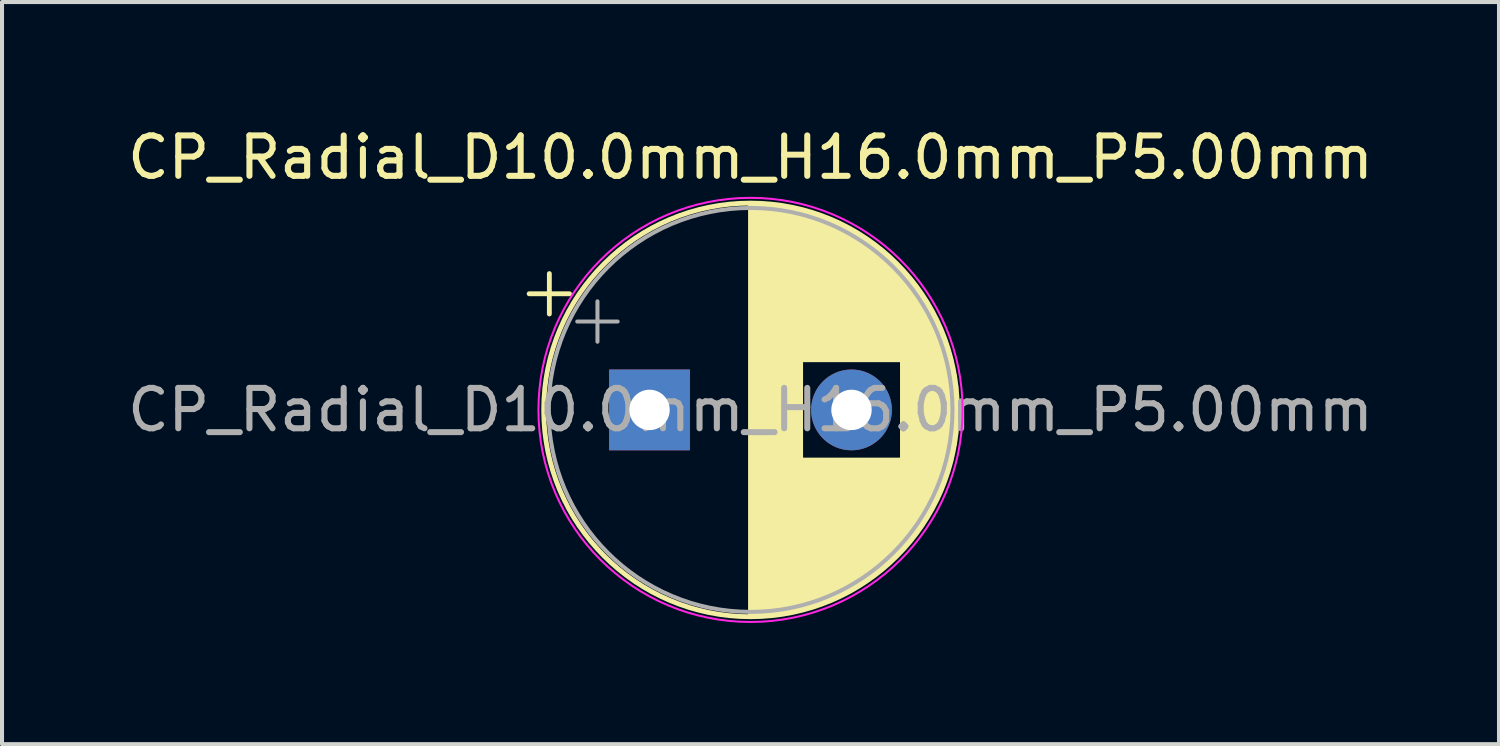
<source format=kicad_pcb>
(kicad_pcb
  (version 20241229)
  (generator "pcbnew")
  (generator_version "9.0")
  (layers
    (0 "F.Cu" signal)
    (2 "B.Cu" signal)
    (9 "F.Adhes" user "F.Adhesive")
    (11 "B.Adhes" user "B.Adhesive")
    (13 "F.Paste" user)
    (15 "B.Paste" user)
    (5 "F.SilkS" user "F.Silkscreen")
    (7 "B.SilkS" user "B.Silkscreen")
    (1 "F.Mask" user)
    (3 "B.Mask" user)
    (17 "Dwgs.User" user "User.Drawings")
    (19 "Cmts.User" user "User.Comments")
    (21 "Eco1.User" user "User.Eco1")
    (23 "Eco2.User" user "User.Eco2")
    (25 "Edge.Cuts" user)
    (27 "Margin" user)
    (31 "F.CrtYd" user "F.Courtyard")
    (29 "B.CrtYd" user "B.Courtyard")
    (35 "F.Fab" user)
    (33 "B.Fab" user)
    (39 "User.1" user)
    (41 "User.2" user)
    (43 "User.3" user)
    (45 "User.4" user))
  (footprint "CP_Radial_D10.0mm_H16.0mm_P5.00mm"
    (layer "F.Cu")
    (at 13.03 7.098)
    (property "Reference" "CP_Radial_D10.0mm_H16.0mm_P5.00mm" (at 2.5 -6.25 0) (layer "F.SilkS") (effects (font (size 1 1) (thickness 0.15))))
    (attr through_hole)
    (fp_line (start -2.98 -2.875) (end -1.98 -2.875) (stroke (width 0.12) (type solid)) (layer "F.SilkS"))
    (fp_line (start -2.48 -3.375) (end -2.48 -2.375) (stroke (width 0.12) (type solid)) (layer "F.SilkS"))
    (fp_line (start 2.5 -5.08) (end 2.5 5.08) (stroke (width 0.12) (type solid)) (layer "F.SilkS"))
    (fp_line (start 2.54 -5.08) (end 2.54 5.08) (stroke (width 0.12) (type solid)) (layer "F.SilkS"))
    (fp_line (start 2.58 -5.08) (end 2.58 5.08) (stroke (width 0.12) (type solid)) (layer "F.SilkS"))
    (fp_line (start 2.62 -5.079) (end 2.62 5.079) (stroke (width 0.12) (type solid)) (layer "F.SilkS"))
    (fp_line (start 2.66 -5.078) (end 2.66 5.078) (stroke (width 0.12) (type solid)) (layer "F.SilkS"))
    (fp_line (start 2.7 -5.077) (end 2.7 5.077) (stroke (width 0.12) (type solid)) (layer "F.SilkS"))
    (fp_line (start 2.74 -5.075) (end 2.74 5.075) (stroke (width 0.12) (type solid)) (layer "F.SilkS"))
    (fp_line (start 2.78 -5.073) (end 2.78 5.073) (stroke (width 0.12) (type solid)) (layer "F.SilkS"))
    (fp_line (start 2.82 -5.07) (end 2.82 5.07) (stroke (width 0.12) (type solid)) (layer "F.SilkS"))
    (fp_line (start 2.86 -5.068) (end 2.86 5.068) (stroke (width 0.12) (type solid)) (layer "F.SilkS"))
    (fp_line (start 2.9 -5.065) (end 2.9 5.065) (stroke (width 0.12) (type solid)) (layer "F.SilkS"))
    (fp_line (start 2.94 -5.062) (end 2.94 5.062) (stroke (width 0.12) (type solid)) (layer "F.SilkS"))
    (fp_line (start 2.98 -5.058) (end 2.98 5.058) (stroke (width 0.12) (type solid)) (layer "F.SilkS"))
    (fp_line (start 3.02 -5.054) (end 3.02 5.054) (stroke (width 0.12) (type solid)) (layer "F.SilkS"))
    (fp_line (start 3.06 -5.05) (end 3.06 5.05) (stroke (width 0.12) (type solid)) (layer "F.SilkS"))
    (fp_line (start 3.1 -5.045) (end 3.1 5.045) (stroke (width 0.12) (type solid)) (layer "F.SilkS"))
    (fp_line (start 3.14 -5.04) (end 3.14 5.04) (stroke (width 0.12) (type solid)) (layer "F.SilkS"))
    (fp_line (start 3.18 -5.035) (end 3.18 5.035) (stroke (width 0.12) (type solid)) (layer "F.SilkS"))
    (fp_line (start 3.221 -5.03) (end 3.221 5.03) (stroke (width 0.12) (type solid)) (layer "F.SilkS"))
    (fp_line (start 3.261 -5.024) (end 3.261 5.024) (stroke (width 0.12) (type solid)) (layer "F.SilkS"))
    (fp_line (start 3.301 -5.018) (end 3.301 5.018) (stroke (width 0.12) (type solid)) (layer "F.SilkS"))
    (fp_line (start 3.341 -5.011) (end 3.341 5.011) (stroke (width 0.12) (type solid)) (layer "F.SilkS"))
    (fp_line (start 3.381 -5.004) (end 3.381 5.004) (stroke (width 0.12) (type solid)) (layer "F.SilkS"))
    (fp_line (start 3.421 -4.997) (end 3.421 4.997) (stroke (width 0.12) (type solid)) (layer "F.SilkS"))
    (fp_line (start 3.461 -4.99) (end 3.461 4.99) (stroke (width 0.12) (type solid)) (layer "F.SilkS"))
    (fp_line (start 3.501 -4.982) (end 3.501 4.982) (stroke (width 0.12) (type solid)) (layer "F.SilkS"))
    (fp_line (start 3.541 -4.974) (end 3.541 4.974) (stroke (width 0.12) (type solid)) (layer "F.SilkS"))
    (fp_line (start 3.581 -4.965) (end 3.581 4.965) (stroke (width 0.12) (type solid)) (layer "F.SilkS"))
    (fp_line (start 3.621 -4.956) (end 3.621 4.956) (stroke (width 0.12) (type solid)) (layer "F.SilkS"))
    (fp_line (start 3.661 -4.947) (end 3.661 4.947) (stroke (width 0.12) (type solid)) (layer "F.SilkS"))
    (fp_line (start 3.701 -4.938) (end 3.701 4.938) (stroke (width 0.12) (type solid)) (layer "F.SilkS"))
    (fp_line (start 3.741 -4.928) (end 3.741 4.928) (stroke (width 0.12) (type solid)) (layer "F.SilkS"))
    (fp_line (start 3.781 -4.918) (end 3.781 -1.241) (stroke (width 0.12) (type solid)) (layer "F.SilkS"))
    (fp_line (start 3.781 1.241) (end 3.781 4.918) (stroke (width 0.12) (type solid)) (layer "F.SilkS"))
    (fp_line (start 3.821 -4.907) (end 3.821 -1.241) (stroke (width 0.12) (type solid)) (layer "F.SilkS"))
    (fp_line (start 3.821 1.241) (end 3.821 4.907) (stroke (width 0.12) (type solid)) (layer "F.SilkS"))
    (fp_line (start 3.861 -4.897) (end 3.861 -1.241) (stroke (width 0.12) (type solid)) (layer "F.SilkS"))
    (fp_line (start 3.861 1.241) (end 3.861 4.897) (stroke (width 0.12) (type solid)) (layer "F.SilkS"))
    (fp_line (start 3.901 -4.885) (end 3.901 -1.241) (stroke (width 0.12) (type solid)) (layer "F.SilkS"))
    (fp_line (start 3.901 1.241) (end 3.901 4.885) (stroke (width 0.12) (type solid)) (layer "F.SilkS"))
    (fp_line (start 3.941 -4.874) (end 3.941 -1.241) (stroke (width 0.12) (type solid)) (layer "F.SilkS"))
    (fp_line (start 3.941 1.241) (end 3.941 4.874) (stroke (width 0.12) (type solid)) (layer "F.SilkS"))
    (fp_line (start 3.981 -4.862) (end 3.981 -1.241) (stroke (width 0.12) (type solid)) (layer "F.SilkS"))
    (fp_line (start 3.981 1.241) (end 3.981 4.862) (stroke (width 0.12) (type solid)) (layer "F.SilkS"))
    (fp_line (start 4.021 -4.85) (end 4.021 -1.241) (stroke (width 0.12) (type solid)) (layer "F.SilkS"))
    (fp_line (start 4.021 1.241) (end 4.021 4.85) (stroke (width 0.12) (type solid)) (layer "F.SilkS"))
    (fp_line (start 4.061 -4.837) (end 4.061 -1.241) (stroke (width 0.12) (type solid)) (layer "F.SilkS"))
    (fp_line (start 4.061 1.241) (end 4.061 4.837) (stroke (width 0.12) (type solid)) (layer "F.SilkS"))
    (fp_line (start 4.101 -4.824) (end 4.101 -1.241) (stroke (width 0.12) (type solid)) (layer "F.SilkS"))
    (fp_line (start 4.101 1.241) (end 4.101 4.824) (stroke (width 0.12) (type solid)) (layer "F.SilkS"))
    (fp_line (start 4.141 -4.811) (end 4.141 -1.241) (stroke (width 0.12) (type solid)) (layer "F.SilkS"))
    (fp_line (start 4.141 1.241) (end 4.141 4.811) (stroke (width 0.12) (type solid)) (layer "F.SilkS"))
    (fp_line (start 4.181 -4.797) (end 4.181 -1.241) (stroke (width 0.12) (type solid)) (layer "F.SilkS"))
    (fp_line (start 4.181 1.241) (end 4.181 4.797) (stroke (width 0.12) (type solid)) (layer "F.SilkS"))
    (fp_line (start 4.221 -4.783) (end 4.221 -1.241) (stroke (width 0.12) (type solid)) (layer "F.SilkS"))
    (fp_line (start 4.221 1.241) (end 4.221 4.783) (stroke (width 0.12) (type solid)) (layer "F.SilkS"))
    (fp_line (start 4.261 -4.768) (end 4.261 -1.241) (stroke (width 0.12) (type solid)) (layer "F.SilkS"))
    (fp_line (start 4.261 1.241) (end 4.261 4.768) (stroke (width 0.12) (type solid)) (layer "F.SilkS"))
    (fp_line (start 4.301 -4.754) (end 4.301 -1.241) (stroke (width 0.12) (type solid)) (layer "F.SilkS"))
    (fp_line (start 4.301 1.241) (end 4.301 4.754) (stroke (width 0.12) (type solid)) (layer "F.SilkS"))
    (fp_line (start 4.341 -4.738) (end 4.341 -1.241) (stroke (width 0.12) (type solid)) (layer "F.SilkS"))
    (fp_line (start 4.341 1.241) (end 4.341 4.738) (stroke (width 0.12) (type solid)) (layer "F.SilkS"))
    (fp_line (start 4.381 -4.723) (end 4.381 -1.241) (stroke (width 0.12) (type solid)) (layer "F.SilkS"))
    (fp_line (start 4.381 1.241) (end 4.381 4.723) (stroke (width 0.12) (type solid)) (layer "F.SilkS"))
    (fp_line (start 4.421 -4.707) (end 4.421 -1.241) (stroke (width 0.12) (type solid)) (layer "F.SilkS"))
    (fp_line (start 4.421 1.241) (end 4.421 4.707) (stroke (width 0.12) (type solid)) (layer "F.SilkS"))
    (fp_line (start 4.461 -4.69) (end 4.461 -1.241) (stroke (width 0.12) (type solid)) (layer "F.SilkS"))
    (fp_line (start 4.461 1.241) (end 4.461 4.69) (stroke (width 0.12) (type solid)) (layer "F.SilkS"))
    (fp_line (start 4.501 -4.674) (end 4.501 -1.241) (stroke (width 0.12) (type solid)) (layer "F.SilkS"))
    (fp_line (start 4.501 1.241) (end 4.501 4.674) (stroke (width 0.12) (type solid)) (layer "F.SilkS"))
    (fp_line (start 4.541 -4.657) (end 4.541 -1.241) (stroke (width 0.12) (type solid)) (layer "F.SilkS"))
    (fp_line (start 4.541 1.241) (end 4.541 4.657) (stroke (width 0.12) (type solid)) (layer "F.SilkS"))
    (fp_line (start 4.581 -4.639) (end 4.581 -1.241) (stroke (width 0.12) (type solid)) (layer "F.SilkS"))
    (fp_line (start 4.581 1.241) (end 4.581 4.639) (stroke (width 0.12) (type solid)) (layer "F.SilkS"))
    (fp_line (start 4.621 -4.621) (end 4.621 -1.241) (stroke (width 0.12) (type solid)) (layer "F.SilkS"))
    (fp_line (start 4.621 1.241) (end 4.621 4.621) (stroke (width 0.12) (type solid)) (layer "F.SilkS"))
    (fp_line (start 4.661 -4.603) (end 4.661 -1.241) (stroke (width 0.12) (type solid)) (layer "F.SilkS"))
    (fp_line (start 4.661 1.241) (end 4.661 4.603) (stroke (width 0.12) (type solid)) (layer "F.SilkS"))
    (fp_line (start 4.701 -4.584) (end 4.701 -1.241) (stroke (width 0.12) (type solid)) (layer "F.SilkS"))
    (fp_line (start 4.701 1.241) (end 4.701 4.584) (stroke (width 0.12) (type solid)) (layer "F.SilkS"))
    (fp_line (start 4.741 -4.564) (end 4.741 -1.241) (stroke (width 0.12) (type solid)) (layer "F.SilkS"))
    (fp_line (start 4.741 1.241) (end 4.741 4.564) (stroke (width 0.12) (type solid)) (layer "F.SilkS"))
    (fp_line (start 4.781 -4.545) (end 4.781 -1.241) (stroke (width 0.12) (type solid)) (layer "F.SilkS"))
    (fp_line (start 4.781 1.241) (end 4.781 4.545) (stroke (width 0.12) (type solid)) (layer "F.SilkS"))
    (fp_line (start 4.821 -4.525) (end 4.821 -1.241) (stroke (width 0.12) (type solid)) (layer "F.SilkS"))
    (fp_line (start 4.821 1.241) (end 4.821 4.525) (stroke (width 0.12) (type solid)) (layer "F.SilkS"))
    (fp_line (start 4.861 -4.504) (end 4.861 -1.241) (stroke (width 0.12) (type solid)) (layer "F.SilkS"))
    (fp_line (start 4.861 1.241) (end 4.861 4.504) (stroke (width 0.12) (type solid)) (layer "F.SilkS"))
    (fp_line (start 4.901 -4.483) (end 4.901 -1.241) (stroke (width 0.12) (type solid)) (layer "F.SilkS"))
    (fp_line (start 4.901 1.241) (end 4.901 4.483) (stroke (width 0.12) (type solid)) (layer "F.SilkS"))
    (fp_line (start 4.941 -4.462) (end 4.941 -1.241) (stroke (width 0.12) (type solid)) (layer "F.SilkS"))
    (fp_line (start 4.941 1.241) (end 4.941 4.462) (stroke (width 0.12) (type solid)) (layer "F.SilkS"))
    (fp_line (start 4.981 -4.44) (end 4.981 -1.241) (stroke (width 0.12) (type solid)) (layer "F.SilkS"))
    (fp_line (start 4.981 1.241) (end 4.981 4.44) (stroke (width 0.12) (type solid)) (layer "F.SilkS"))
    (fp_line (start 5.021 -4.417) (end 5.021 -1.241) (stroke (width 0.12) (type solid)) (layer "F.SilkS"))
    (fp_line (start 5.021 1.241) (end 5.021 4.417) (stroke (width 0.12) (type solid)) (layer "F.SilkS"))
    (fp_line (start 5.061 -4.395) (end 5.061 -1.241) (stroke (width 0.12) (type solid)) (layer "F.SilkS"))
    (fp_line (start 5.061 1.241) (end 5.061 4.395) (stroke (width 0.12) (type solid)) (layer "F.SilkS"))
    (fp_line (start 5.101 -4.371) (end 5.101 -1.241) (stroke (width 0.12) (type solid)) (layer "F.SilkS"))
    (fp_line (start 5.101 1.241) (end 5.101 4.371) (stroke (width 0.12) (type solid)) (layer "F.SilkS"))
    (fp_line (start 5.141 -4.347) (end 5.141 -1.241) (stroke (width 0.12) (type solid)) (layer "F.SilkS"))
    (fp_line (start 5.141 1.241) (end 5.141 4.347) (stroke (width 0.12) (type solid)) (layer "F.SilkS"))
    (fp_line (start 5.181 -4.323) (end 5.181 -1.241) (stroke (width 0.12) (type solid)) (layer "F.SilkS"))
    (fp_line (start 5.181 1.241) (end 5.181 4.323) (stroke (width 0.12) (type solid)) (layer "F.SilkS"))
    (fp_line (start 5.221 -4.298) (end 5.221 -1.241) (stroke (width 0.12) (type solid)) (layer "F.SilkS"))
    (fp_line (start 5.221 1.241) (end 5.221 4.298) (stroke (width 0.12) (type solid)) (layer "F.SilkS"))
    (fp_line (start 5.261 -4.273) (end 5.261 -1.241) (stroke (width 0.12) (type solid)) (layer "F.SilkS"))
    (fp_line (start 5.261 1.241) (end 5.261 4.273) (stroke (width 0.12) (type solid)) (layer "F.SilkS"))
    (fp_line (start 5.301 -4.247) (end 5.301 -1.241) (stroke (width 0.12) (type solid)) (layer "F.SilkS"))
    (fp_line (start 5.301 1.241) (end 5.301 4.247) (stroke (width 0.12) (type solid)) (layer "F.SilkS"))
    (fp_line (start 5.341 -4.221) (end 5.341 -1.241) (stroke (width 0.12) (type solid)) (layer "F.SilkS"))
    (fp_line (start 5.341 1.241) (end 5.341 4.221) (stroke (width 0.12) (type solid)) (layer "F.SilkS"))
    (fp_line (start 5.381 -4.194) (end 5.381 -1.241) (stroke (width 0.12) (type solid)) (layer "F.SilkS"))
    (fp_line (start 5.381 1.241) (end 5.381 4.194) (stroke (width 0.12) (type solid)) (layer "F.SilkS"))
    (fp_line (start 5.421 -4.166) (end 5.421 -1.241) (stroke (width 0.12) (type solid)) (layer "F.SilkS"))
    (fp_line (start 5.421 1.241) (end 5.421 4.166) (stroke (width 0.12) (type solid)) (layer "F.SilkS"))
    (fp_line (start 5.461 -4.138) (end 5.461 -1.241) (stroke (width 0.12) (type solid)) (layer "F.SilkS"))
    (fp_line (start 5.461 1.241) (end 5.461 4.138) (stroke (width 0.12) (type solid)) (layer "F.SilkS"))
    (fp_line (start 5.501 -4.11) (end 5.501 -1.241) (stroke (width 0.12) (type solid)) (layer "F.SilkS"))
    (fp_line (start 5.501 1.241) (end 5.501 4.11) (stroke (width 0.12) (type solid)) (layer "F.SilkS"))
    (fp_line (start 5.541 -4.08) (end 5.541 -1.241) (stroke (width 0.12) (type solid)) (layer "F.SilkS"))
    (fp_line (start 5.541 1.241) (end 5.541 4.08) (stroke (width 0.12) (type solid)) (layer "F.SilkS"))
    (fp_line (start 5.581 -4.05) (end 5.581 -1.241) (stroke (width 0.12) (type solid)) (layer "F.SilkS"))
    (fp_line (start 5.581 1.241) (end 5.581 4.05) (stroke (width 0.12) (type solid)) (layer "F.SilkS"))
    (fp_line (start 5.621 -4.02) (end 5.621 -1.241) (stroke (width 0.12) (type solid)) (layer "F.SilkS"))
    (fp_line (start 5.621 1.241) (end 5.621 4.02) (stroke (width 0.12) (type solid)) (layer "F.SilkS"))
    (fp_line (start 5.661 -3.989) (end 5.661 -1.241) (stroke (width 0.12) (type solid)) (layer "F.SilkS"))
    (fp_line (start 5.661 1.241) (end 5.661 3.989) (stroke (width 0.12) (type solid)) (layer "F.SilkS"))
    (fp_line (start 5.701 -3.957) (end 5.701 -1.241) (stroke (width 0.12) (type solid)) (layer "F.SilkS"))
    (fp_line (start 5.701 1.241) (end 5.701 3.957) (stroke (width 0.12) (type solid)) (layer "F.SilkS"))
    (fp_line (start 5.741 -3.925) (end 5.741 -1.241) (stroke (width 0.12) (type solid)) (layer "F.SilkS"))
    (fp_line (start 5.741 1.241) (end 5.741 3.925) (stroke (width 0.12) (type solid)) (layer "F.SilkS"))
    (fp_line (start 5.781 -3.892) (end 5.781 -1.241) (stroke (width 0.12) (type solid)) (layer "F.SilkS"))
    (fp_line (start 5.781 1.241) (end 5.781 3.892) (stroke (width 0.12) (type solid)) (layer "F.SilkS"))
    (fp_line (start 5.821 -3.858) (end 5.821 -1.241) (stroke (width 0.12) (type solid)) (layer "F.SilkS"))
    (fp_line (start 5.821 1.241) (end 5.821 3.858) (stroke (width 0.12) (type solid)) (layer "F.SilkS"))
    (fp_line (start 5.861 -3.824) (end 5.861 -1.241) (stroke (width 0.12) (type solid)) (layer "F.SilkS"))
    (fp_line (start 5.861 1.241) (end 5.861 3.824) (stroke (width 0.12) (type solid)) (layer "F.SilkS"))
    (fp_line (start 5.901 -3.789) (end 5.901 -1.241) (stroke (width 0.12) (type solid)) (layer "F.SilkS"))
    (fp_line (start 5.901 1.241) (end 5.901 3.789) (stroke (width 0.12) (type solid)) (layer "F.SilkS"))
    (fp_line (start 5.941 -3.753) (end 5.941 -1.241) (stroke (width 0.12) (type solid)) (layer "F.SilkS"))
    (fp_line (start 5.941 1.241) (end 5.941 3.753) (stroke (width 0.12) (type solid)) (layer "F.SilkS"))
    (fp_line (start 5.981 -3.716) (end 5.981 -1.241) (stroke (width 0.12) (type solid)) (layer "F.SilkS"))
    (fp_line (start 5.981 1.241) (end 5.981 3.716) (stroke (width 0.12) (type solid)) (layer "F.SilkS"))
    (fp_line (start 6.021 -3.679) (end 6.021 -1.241) (stroke (width 0.12) (type solid)) (layer "F.SilkS"))
    (fp_line (start 6.021 1.241) (end 6.021 3.679) (stroke (width 0.12) (type solid)) (layer "F.SilkS"))
    (fp_line (start 6.061 -3.64) (end 6.061 -1.241) (stroke (width 0.12) (type solid)) (layer "F.SilkS"))
    (fp_line (start 6.061 1.241) (end 6.061 3.64) (stroke (width 0.12) (type solid)) (layer "F.SilkS"))
    (fp_line (start 6.101 -3.601) (end 6.101 -1.241) (stroke (width 0.12) (type solid)) (layer "F.SilkS"))
    (fp_line (start 6.101 1.241) (end 6.101 3.601) (stroke (width 0.12) (type solid)) (layer "F.SilkS"))
    (fp_line (start 6.141 -3.561) (end 6.141 -1.241) (stroke (width 0.12) (type solid)) (layer "F.SilkS"))
    (fp_line (start 6.141 1.241) (end 6.141 3.561) (stroke (width 0.12) (type solid)) (layer "F.SilkS"))
    (fp_line (start 6.181 -3.52) (end 6.181 -1.241) (stroke (width 0.12) (type solid)) (layer "F.SilkS"))
    (fp_line (start 6.181 1.241) (end 6.181 3.52) (stroke (width 0.12) (type solid)) (layer "F.SilkS"))
    (fp_line (start 6.221 -3.478) (end 6.221 -1.241) (stroke (width 0.12) (type solid)) (layer "F.SilkS"))
    (fp_line (start 6.221 1.241) (end 6.221 3.478) (stroke (width 0.12) (type solid)) (layer "F.SilkS"))
    (fp_line (start 6.261 -3.436) (end 6.261 3.436) (stroke (width 0.12) (type solid)) (layer "F.SilkS"))
    (fp_line (start 6.301 -3.392) (end 6.301 3.392) (stroke (width 0.12) (type solid)) (layer "F.SilkS"))
    (fp_line (start 6.341 -3.347) (end 6.341 3.347) (stroke (width 0.12) (type solid)) (layer "F.SilkS"))
    (fp_line (start 6.381 -3.301) (end 6.381 3.301) (stroke (width 0.12) (type solid)) (layer "F.SilkS"))
    (fp_line (start 6.421 -3.254) (end 6.421 3.254) (stroke (width 0.12) (type solid)) (layer "F.SilkS"))
    (fp_line (start 6.461 -3.206) (end 6.461 3.206) (stroke (width 0.12) (type solid)) (layer "F.SilkS"))
    (fp_line (start 6.501 -3.156) (end 6.501 3.156) (stroke (width 0.12) (type solid)) (layer "F.SilkS"))
    (fp_line (start 6.541 -3.106) (end 6.541 3.106) (stroke (width 0.12) (type solid)) (layer "F.SilkS"))
    (fp_line (start 6.581 -3.054) (end 6.581 3.054) (stroke (width 0.12) (type solid)) (layer "F.SilkS"))
    (fp_line (start 6.621 -3) (end 6.621 3) (stroke (width 0.12) (type solid)) (layer "F.SilkS"))
    (fp_line (start 6.661 -2.945) (end 6.661 2.945) (stroke (width 0.12) (type solid)) (layer "F.SilkS"))
    (fp_line (start 6.701 -2.889) (end 6.701 2.889) (stroke (width 0.12) (type solid)) (layer "F.SilkS"))
    (fp_line (start 6.741 -2.83) (end 6.741 2.83) (stroke (width 0.12) (type solid)) (layer "F.SilkS"))
    (fp_line (start 6.781 -2.77) (end 6.781 2.77) (stroke (width 0.12) (type solid)) (layer "F.SilkS"))
    (fp_line (start 6.821 -2.709) (end 6.821 2.709) (stroke (width 0.12) (type solid)) (layer "F.SilkS"))
    (fp_line (start 6.861 -2.645) (end 6.861 2.645) (stroke (width 0.12) (type solid)) (layer "F.SilkS"))
    (fp_line (start 6.901 -2.579) (end 6.901 2.579) (stroke (width 0.12) (type solid)) (layer "F.SilkS"))
    (fp_line (start 6.941 -2.51) (end 6.941 2.51) (stroke (width 0.12) (type solid)) (layer "F.SilkS"))
    (fp_line (start 6.981 -2.439) (end 6.981 2.439) (stroke (width 0.12) (type solid)) (layer "F.SilkS"))
    (fp_line (start 7.021 -2.365) (end 7.021 2.365) (stroke (width 0.12) (type solid)) (layer "F.SilkS"))
    (fp_line (start 7.061 -2.289) (end 7.061 2.289) (stroke (width 0.12) (type solid)) (layer "F.SilkS"))
    (fp_line (start 7.101 -2.209) (end 7.101 2.209) (stroke (width 0.12) (type solid)) (layer "F.SilkS"))
    (fp_line (start 7.141 -2.125) (end 7.141 2.125) (stroke (width 0.12) (type solid)) (layer "F.SilkS"))
    (fp_line (start 7.181 -2.037) (end 7.181 2.037) (stroke (width 0.12) (type solid)) (layer "F.SilkS"))
    (fp_line (start 7.221 -1.944) (end 7.221 1.944) (stroke (width 0.12) (type solid)) (layer "F.SilkS"))
    (fp_line (start 7.261 -1.846) (end 7.261 1.846) (stroke (width 0.12) (type solid)) (layer "F.SilkS"))
    (fp_line (start 7.301 -1.742) (end 7.301 1.742) (stroke (width 0.12) (type solid)) (layer "F.SilkS"))
    (fp_line (start 7.341 -1.63) (end 7.341 1.63) (stroke (width 0.12) (type solid)) (layer "F.SilkS"))
    (fp_line (start 7.381 -1.51) (end 7.381 1.51) (stroke (width 0.12) (type solid)) (layer "F.SilkS"))
    (fp_line (start 7.421 -1.378) (end 7.421 1.378) (stroke (width 0.12) (type solid)) (layer "F.SilkS"))
    (fp_line (start 7.461 -1.23) (end 7.461 1.23) (stroke (width 0.12) (type solid)) (layer "F.SilkS"))
    (fp_line (start 7.501 -1.062) (end 7.501 1.062) (stroke (width 0.12) (type solid)) (layer "F.SilkS"))
    (fp_line (start 7.541 -0.862) (end 7.541 0.862) (stroke (width 0.12) (type solid)) (layer "F.SilkS"))
    (fp_line (start 7.581 -0.599) (end 7.581 0.599) (stroke (width 0.12) (type solid)) (layer "F.SilkS"))
    (fp_circle (center 2.5 0) (end 7.62 0) (stroke (width 0.12) (type solid)) (fill no) (layer "F.SilkS"))
    (fp_circle (center 2.5 0) (end 7.75 0) (stroke (width 0.05) (type solid)) (fill no) (layer "F.CrtYd"))
    (fp_line (start -1.789 -2.188) (end -0.789 -2.188) (stroke (width 0.1) (type solid)) (layer "F.Fab"))
    (fp_line (start -1.289 -2.688) (end -1.289 -1.688) (stroke (width 0.1) (type solid)) (layer "F.Fab"))
    (fp_circle (center 2.5 0) (end 7.5 0) (stroke (width 0.1) (type solid)) (fill no) (layer "F.Fab"))
    (fp_text user "${REFERENCE}" (at 2.5 0 0) (layer "F.Fab") (effects (font (size 1 1) (thickness 0.15))))
    (pad "1" thru_hole rect (at 0 0) (size 2 2) (drill 1) (layers "*.Cu" "*.Mask"))
    (pad "2" thru_hole circle (at 5 0) (size 2 2) (drill 1) (layers "*.Cu" "*.Mask")))
  (gr_rect
    (start -3 -3)
    (end 34.06 15.373)
    (stroke (width 0.1) (type default))
    (fill no)
    (layer "Edge.Cuts")))
</source>
